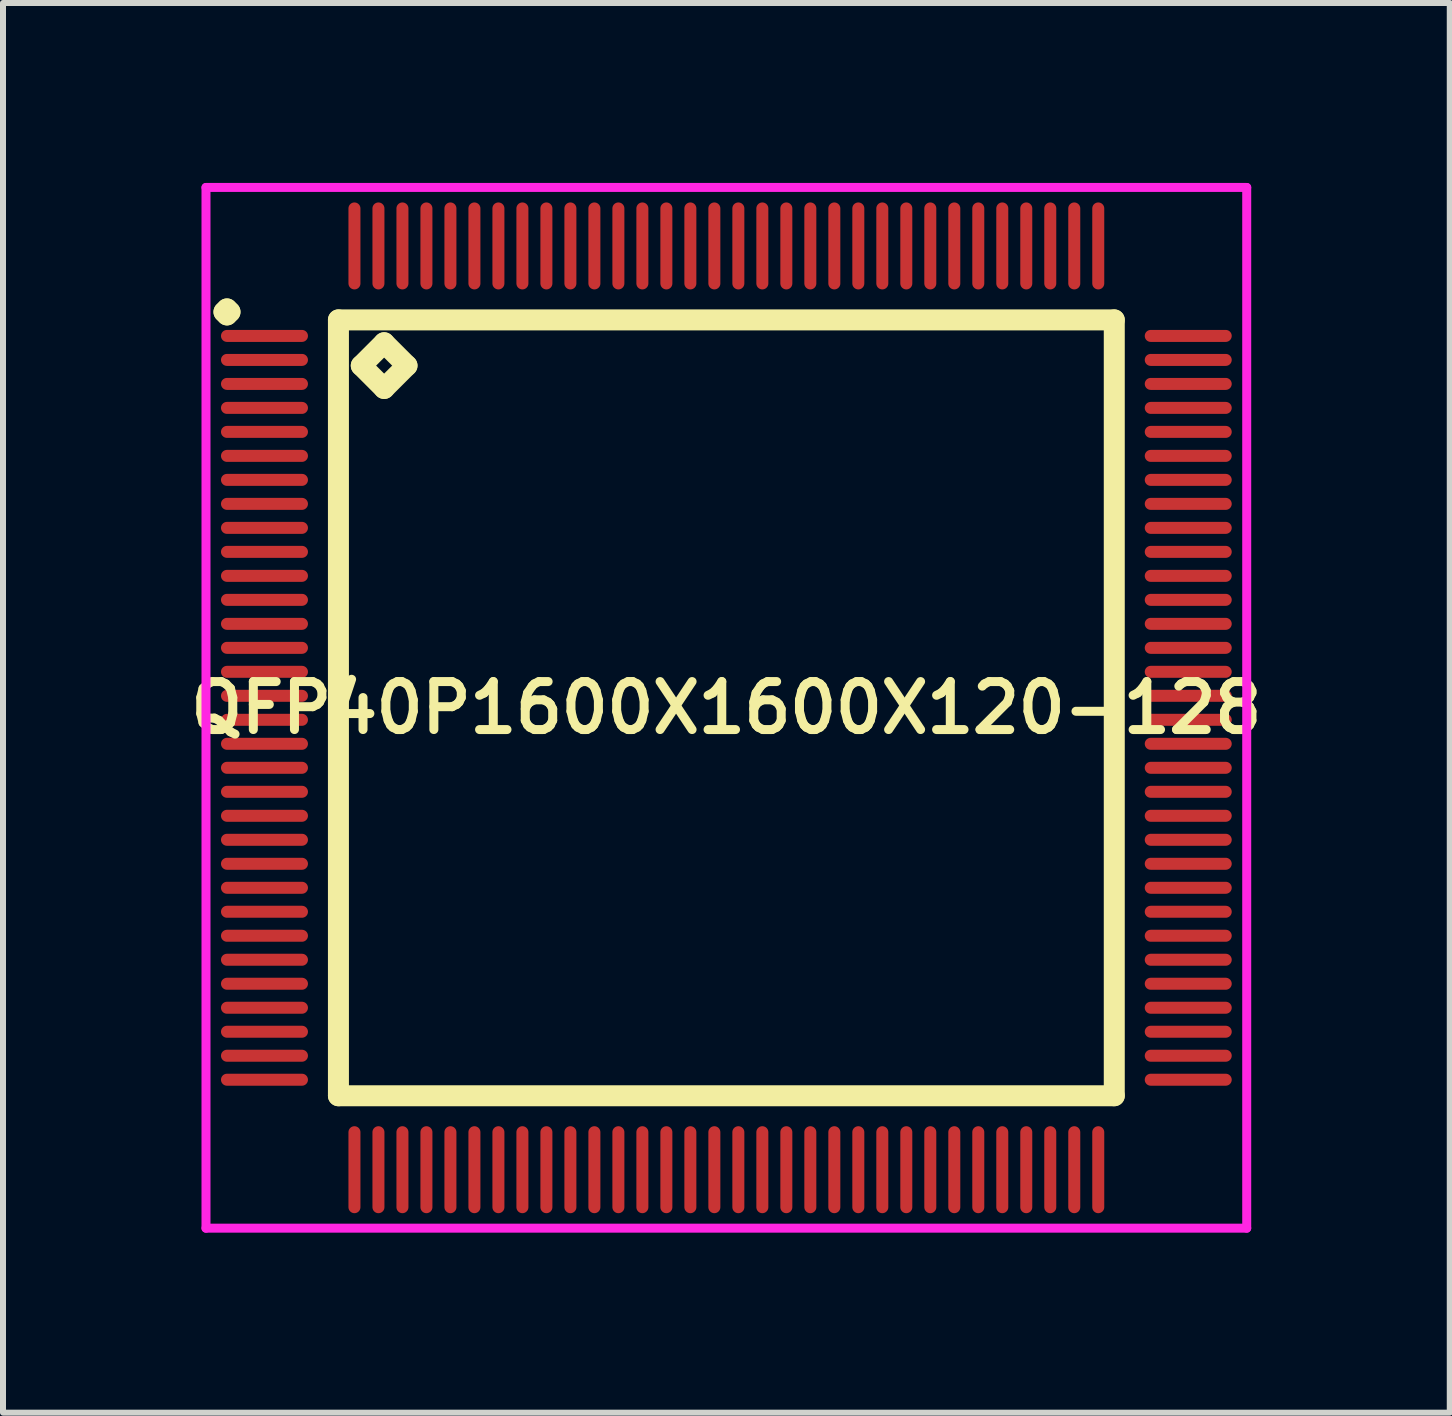
<source format=kicad_pcb>
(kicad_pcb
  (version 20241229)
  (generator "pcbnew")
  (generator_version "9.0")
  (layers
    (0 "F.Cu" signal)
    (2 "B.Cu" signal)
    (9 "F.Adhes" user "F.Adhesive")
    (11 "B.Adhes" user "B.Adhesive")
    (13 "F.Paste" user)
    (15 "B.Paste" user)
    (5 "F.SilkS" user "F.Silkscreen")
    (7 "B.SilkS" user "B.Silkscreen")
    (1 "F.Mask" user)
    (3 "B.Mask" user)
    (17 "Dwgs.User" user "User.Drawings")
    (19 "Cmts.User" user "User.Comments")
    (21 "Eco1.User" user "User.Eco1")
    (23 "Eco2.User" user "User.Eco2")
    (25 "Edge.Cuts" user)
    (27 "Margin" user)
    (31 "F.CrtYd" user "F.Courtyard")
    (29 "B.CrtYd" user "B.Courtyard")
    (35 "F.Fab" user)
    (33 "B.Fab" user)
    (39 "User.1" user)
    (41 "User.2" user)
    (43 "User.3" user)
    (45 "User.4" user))
  (footprint "QFP40P1600X1600X120-128"
    (layer "F.Cu")
    (at 9.059 8.75)
    (property "Reference" "QFP40P1600X1600X120-128" (at 0 0 0) (layer "F.SilkS") (effects (font (size 0.8 0.8) (thickness 0.15))))
    (attr smd)
    (fp_line (start -8.375 -6.6) (end -8.325 -6.65) (stroke (width 0.35) (type solid)) (layer "F.SilkS"))
    (fp_line (start -8.325 -6.65) (end -8.275 -6.6) (stroke (width 0.35) (type solid)) (layer "F.SilkS"))
    (fp_line (start -8.325 -6.55) (end -8.375 -6.6) (stroke (width 0.35) (type solid)) (layer "F.SilkS"))
    (fp_line (start -8.275 -6.6) (end -8.325 -6.55) (stroke (width 0.35) (type solid)) (layer "F.SilkS"))
    (fp_line (start -6.467 -6.467) (end -6.467 6.467) (stroke (width 0.35) (type solid)) (layer "F.SilkS"))
    (fp_line (start -6.467 6.467) (end 6.467 6.467) (stroke (width 0.35) (type solid)) (layer "F.SilkS"))
    (fp_line (start -6.086 -5.705) (end -5.705 -6.086) (stroke (width 0.35) (type solid)) (layer "F.SilkS"))
    (fp_line (start -5.705 -6.086) (end -5.324 -5.705) (stroke (width 0.35) (type solid)) (layer "F.SilkS"))
    (fp_line (start -5.705 -5.324) (end -6.086 -5.705) (stroke (width 0.35) (type solid)) (layer "F.SilkS"))
    (fp_line (start -5.324 -5.705) (end -5.705 -5.324) (stroke (width 0.35) (type solid)) (layer "F.SilkS"))
    (fp_line (start 6.467 -6.467) (end -6.467 -6.467) (stroke (width 0.35) (type solid)) (layer "F.SilkS"))
    (fp_line (start 6.467 6.467) (end 6.467 -6.467) (stroke (width 0.35) (type solid)) (layer "F.SilkS"))
    (fp_line (start -8.675 -8.675) (end 8.675 -8.675) (stroke (width 0.15) (type solid)) (layer "F.CrtYd"))
    (fp_line (start -8.675 8.675) (end -8.675 -8.675) (stroke (width 0.15) (type solid)) (layer "F.CrtYd"))
    (fp_line (start 8.675 -8.675) (end 8.675 8.675) (stroke (width 0.15) (type solid)) (layer "F.CrtYd"))
    (fp_line (start 8.675 8.675) (end -8.675 8.675) (stroke (width 0.15) (type solid)) (layer "F.CrtYd"))
    (pad "1" smd oval (at -7.7 -6.2) (size 1.45 0.2) (layers "F.Cu" "F.Mask" "F.Paste"))
    (pad "2" smd oval (at -7.7 -5.8) (size 1.45 0.2) (layers "F.Cu" "F.Mask" "F.Paste"))
    (pad "3" smd oval (at -7.7 -5.4) (size 1.45 0.2) (layers "F.Cu" "F.Mask" "F.Paste"))
    (pad "4" smd oval (at -7.7 -5) (size 1.45 0.2) (layers "F.Cu" "F.Mask" "F.Paste"))
    (pad "5" smd oval (at -7.7 -4.6) (size 1.45 0.2) (layers "F.Cu" "F.Mask" "F.Paste"))
    (pad "6" smd oval (at -7.7 -4.2) (size 1.45 0.2) (layers "F.Cu" "F.Mask" "F.Paste"))
    (pad "7" smd oval (at -7.7 -3.8) (size 1.45 0.2) (layers "F.Cu" "F.Mask" "F.Paste"))
    (pad "8" smd oval (at -7.7 -3.4) (size 1.45 0.2) (layers "F.Cu" "F.Mask" "F.Paste"))
    (pad "9" smd oval (at -7.7 -3) (size 1.45 0.2) (layers "F.Cu" "F.Mask" "F.Paste"))
    (pad "10" smd oval (at -7.7 -2.6) (size 1.45 0.2) (layers "F.Cu" "F.Mask" "F.Paste"))
    (pad "11" smd oval (at -7.7 -2.2) (size 1.45 0.2) (layers "F.Cu" "F.Mask" "F.Paste"))
    (pad "12" smd oval (at -7.7 -1.8) (size 1.45 0.2) (layers "F.Cu" "F.Mask" "F.Paste"))
    (pad "13" smd oval (at -7.7 -1.4) (size 1.45 0.2) (layers "F.Cu" "F.Mask" "F.Paste"))
    (pad "14" smd oval (at -7.7 -1) (size 1.45 0.2) (layers "F.Cu" "F.Mask" "F.Paste"))
    (pad "15" smd oval (at -7.7 -0.6) (size 1.45 0.2) (layers "F.Cu" "F.Mask" "F.Paste"))
    (pad "16" smd oval (at -7.7 -0.2) (size 1.45 0.2) (layers "F.Cu" "F.Mask" "F.Paste"))
    (pad "17" smd oval (at -7.7 0.2) (size 1.45 0.2) (layers "F.Cu" "F.Mask" "F.Paste"))
    (pad "18" smd oval (at -7.7 0.6) (size 1.45 0.2) (layers "F.Cu" "F.Mask" "F.Paste"))
    (pad "19" smd oval (at -7.7 1) (size 1.45 0.2) (layers "F.Cu" "F.Mask" "F.Paste"))
    (pad "20" smd oval (at -7.7 1.4) (size 1.45 0.2) (layers "F.Cu" "F.Mask" "F.Paste"))
    (pad "21" smd oval (at -7.7 1.8) (size 1.45 0.2) (layers "F.Cu" "F.Mask" "F.Paste"))
    (pad "22" smd oval (at -7.7 2.2) (size 1.45 0.2) (layers "F.Cu" "F.Mask" "F.Paste"))
    (pad "23" smd oval (at -7.7 2.6) (size 1.45 0.2) (layers "F.Cu" "F.Mask" "F.Paste"))
    (pad "24" smd oval (at -7.7 3) (size 1.45 0.2) (layers "F.Cu" "F.Mask" "F.Paste"))
    (pad "25" smd oval (at -7.7 3.4) (size 1.45 0.2) (layers "F.Cu" "F.Mask" "F.Paste"))
    (pad "26" smd oval (at -7.7 3.8) (size 1.45 0.2) (layers "F.Cu" "F.Mask" "F.Paste"))
    (pad "27" smd oval (at -7.7 4.2) (size 1.45 0.2) (layers "F.Cu" "F.Mask" "F.Paste"))
    (pad "28" smd oval (at -7.7 4.6) (size 1.45 0.2) (layers "F.Cu" "F.Mask" "F.Paste"))
    (pad "29" smd oval (at -7.7 5) (size 1.45 0.2) (layers "F.Cu" "F.Mask" "F.Paste"))
    (pad "30" smd oval (at -7.7 5.4) (size 1.45 0.2) (layers "F.Cu" "F.Mask" "F.Paste"))
    (pad "31" smd oval (at -7.7 5.8) (size 1.45 0.2) (layers "F.Cu" "F.Mask" "F.Paste"))
    (pad "32" smd oval (at -7.7 6.2) (size 1.45 0.2) (layers "F.Cu" "F.Mask" "F.Paste"))
    (pad "33" smd oval (at -6.2 7.7) (size 0.2 1.45) (layers "F.Cu" "F.Mask" "F.Paste"))
    (pad "34" smd oval (at -5.8 7.7) (size 0.2 1.45) (layers "F.Cu" "F.Mask" "F.Paste"))
    (pad "35" smd oval (at -5.4 7.7) (size 0.2 1.45) (layers "F.Cu" "F.Mask" "F.Paste"))
    (pad "36" smd oval (at -5 7.7) (size 0.2 1.45) (layers "F.Cu" "F.Mask" "F.Paste"))
    (pad "37" smd oval (at -4.6 7.7) (size 0.2 1.45) (layers "F.Cu" "F.Mask" "F.Paste"))
    (pad "38" smd oval (at -4.2 7.7) (size 0.2 1.45) (layers "F.Cu" "F.Mask" "F.Paste"))
    (pad "39" smd oval (at -3.8 7.7) (size 0.2 1.45) (layers "F.Cu" "F.Mask" "F.Paste"))
    (pad "40" smd oval (at -3.4 7.7) (size 0.2 1.45) (layers "F.Cu" "F.Mask" "F.Paste"))
    (pad "41" smd oval (at -3 7.7) (size 0.2 1.45) (layers "F.Cu" "F.Mask" "F.Paste"))
    (pad "42" smd oval (at -2.6 7.7) (size 0.2 1.45) (layers "F.Cu" "F.Mask" "F.Paste"))
    (pad "43" smd oval (at -2.2 7.7) (size 0.2 1.45) (layers "F.Cu" "F.Mask" "F.Paste"))
    (pad "44" smd oval (at -1.8 7.7) (size 0.2 1.45) (layers "F.Cu" "F.Mask" "F.Paste"))
    (pad "45" smd oval (at -1.4 7.7) (size 0.2 1.45) (layers "F.Cu" "F.Mask" "F.Paste"))
    (pad "46" smd oval (at -1 7.7) (size 0.2 1.45) (layers "F.Cu" "F.Mask" "F.Paste"))
    (pad "47" smd oval (at -0.6 7.7) (size 0.2 1.45) (layers "F.Cu" "F.Mask" "F.Paste"))
    (pad "48" smd oval (at -0.2 7.7) (size 0.2 1.45) (layers "F.Cu" "F.Mask" "F.Paste"))
    (pad "49" smd oval (at 0.2 7.7) (size 0.2 1.45) (layers "F.Cu" "F.Mask" "F.Paste"))
    (pad "50" smd oval (at 0.6 7.7) (size 0.2 1.45) (layers "F.Cu" "F.Mask" "F.Paste"))
    (pad "51" smd oval (at 1 7.7) (size 0.2 1.45) (layers "F.Cu" "F.Mask" "F.Paste"))
    (pad "52" smd oval (at 1.4 7.7) (size 0.2 1.45) (layers "F.Cu" "F.Mask" "F.Paste"))
    (pad "53" smd oval (at 1.8 7.7) (size 0.2 1.45) (layers "F.Cu" "F.Mask" "F.Paste"))
    (pad "54" smd oval (at 2.2 7.7) (size 0.2 1.45) (layers "F.Cu" "F.Mask" "F.Paste"))
    (pad "55" smd oval (at 2.6 7.7) (size 0.2 1.45) (layers "F.Cu" "F.Mask" "F.Paste"))
    (pad "56" smd oval (at 3 7.7) (size 0.2 1.45) (layers "F.Cu" "F.Mask" "F.Paste"))
    (pad "57" smd oval (at 3.4 7.7) (size 0.2 1.45) (layers "F.Cu" "F.Mask" "F.Paste"))
    (pad "58" smd oval (at 3.8 7.7) (size 0.2 1.45) (layers "F.Cu" "F.Mask" "F.Paste"))
    (pad "59" smd oval (at 4.2 7.7) (size 0.2 1.45) (layers "F.Cu" "F.Mask" "F.Paste"))
    (pad "60" smd oval (at 4.6 7.7) (size 0.2 1.45) (layers "F.Cu" "F.Mask" "F.Paste"))
    (pad "61" smd oval (at 5 7.7) (size 0.2 1.45) (layers "F.Cu" "F.Mask" "F.Paste"))
    (pad "62" smd oval (at 5.4 7.7) (size 0.2 1.45) (layers "F.Cu" "F.Mask" "F.Paste"))
    (pad "63" smd oval (at 5.8 7.7) (size 0.2 1.45) (layers "F.Cu" "F.Mask" "F.Paste"))
    (pad "64" smd oval (at 6.2 7.7) (size 0.2 1.45) (layers "F.Cu" "F.Mask" "F.Paste"))
    (pad "65" smd oval (at 7.7 6.2) (size 1.45 0.2) (layers "F.Cu" "F.Mask" "F.Paste"))
    (pad "66" smd oval (at 7.7 5.8) (size 1.45 0.2) (layers "F.Cu" "F.Mask" "F.Paste"))
    (pad "67" smd oval (at 7.7 5.4) (size 1.45 0.2) (layers "F.Cu" "F.Mask" "F.Paste"))
    (pad "68" smd oval (at 7.7 5) (size 1.45 0.2) (layers "F.Cu" "F.Mask" "F.Paste"))
    (pad "69" smd oval (at 7.7 4.6) (size 1.45 0.2) (layers "F.Cu" "F.Mask" "F.Paste"))
    (pad "70" smd oval (at 7.7 4.2) (size 1.45 0.2) (layers "F.Cu" "F.Mask" "F.Paste"))
    (pad "71" smd oval (at 7.7 3.8) (size 1.45 0.2) (layers "F.Cu" "F.Mask" "F.Paste"))
    (pad "72" smd oval (at 7.7 3.4) (size 1.45 0.2) (layers "F.Cu" "F.Mask" "F.Paste"))
    (pad "73" smd oval (at 7.7 3) (size 1.45 0.2) (layers "F.Cu" "F.Mask" "F.Paste"))
    (pad "74" smd oval (at 7.7 2.6) (size 1.45 0.2) (layers "F.Cu" "F.Mask" "F.Paste"))
    (pad "75" smd oval (at 7.7 2.2) (size 1.45 0.2) (layers "F.Cu" "F.Mask" "F.Paste"))
    (pad "76" smd oval (at 7.7 1.8) (size 1.45 0.2) (layers "F.Cu" "F.Mask" "F.Paste"))
    (pad "77" smd oval (at 7.7 1.4) (size 1.45 0.2) (layers "F.Cu" "F.Mask" "F.Paste"))
    (pad "78" smd oval (at 7.7 1) (size 1.45 0.2) (layers "F.Cu" "F.Mask" "F.Paste"))
    (pad "79" smd oval (at 7.7 0.6) (size 1.45 0.2) (layers "F.Cu" "F.Mask" "F.Paste"))
    (pad "80" smd oval (at 7.7 0.2) (size 1.45 0.2) (layers "F.Cu" "F.Mask" "F.Paste"))
    (pad "81" smd oval (at 7.7 -0.2) (size 1.45 0.2) (layers "F.Cu" "F.Mask" "F.Paste"))
    (pad "82" smd oval (at 7.7 -0.6) (size 1.45 0.2) (layers "F.Cu" "F.Mask" "F.Paste"))
    (pad "83" smd oval (at 7.7 -1) (size 1.45 0.2) (layers "F.Cu" "F.Mask" "F.Paste"))
    (pad "84" smd oval (at 7.7 -1.4) (size 1.45 0.2) (layers "F.Cu" "F.Mask" "F.Paste"))
    (pad "85" smd oval (at 7.7 -1.8) (size 1.45 0.2) (layers "F.Cu" "F.Mask" "F.Paste"))
    (pad "86" smd oval (at 7.7 -2.2) (size 1.45 0.2) (layers "F.Cu" "F.Mask" "F.Paste"))
    (pad "87" smd oval (at 7.7 -2.6) (size 1.45 0.2) (layers "F.Cu" "F.Mask" "F.Paste"))
    (pad "88" smd oval (at 7.7 -3) (size 1.45 0.2) (layers "F.Cu" "F.Mask" "F.Paste"))
    (pad "89" smd oval (at 7.7 -3.4) (size 1.45 0.2) (layers "F.Cu" "F.Mask" "F.Paste"))
    (pad "90" smd oval (at 7.7 -3.8) (size 1.45 0.2) (layers "F.Cu" "F.Mask" "F.Paste"))
    (pad "91" smd oval (at 7.7 -4.2) (size 1.45 0.2) (layers "F.Cu" "F.Mask" "F.Paste"))
    (pad "92" smd oval (at 7.7 -4.6) (size 1.45 0.2) (layers "F.Cu" "F.Mask" "F.Paste"))
    (pad "93" smd oval (at 7.7 -5) (size 1.45 0.2) (layers "F.Cu" "F.Mask" "F.Paste"))
    (pad "94" smd oval (at 7.7 -5.4) (size 1.45 0.2) (layers "F.Cu" "F.Mask" "F.Paste"))
    (pad "95" smd oval (at 7.7 -5.8) (size 1.45 0.2) (layers "F.Cu" "F.Mask" "F.Paste"))
    (pad "96" smd oval (at 7.7 -6.2) (size 1.45 0.2) (layers "F.Cu" "F.Mask" "F.Paste"))
    (pad "97" smd oval (at 6.2 -7.7) (size 0.2 1.45) (layers "F.Cu" "F.Mask" "F.Paste"))
    (pad "98" smd oval (at 5.8 -7.7) (size 0.2 1.45) (layers "F.Cu" "F.Mask" "F.Paste"))
    (pad "99" smd oval (at 5.4 -7.7) (size 0.2 1.45) (layers "F.Cu" "F.Mask" "F.Paste"))
    (pad "100" smd oval (at 5 -7.7) (size 0.2 1.45) (layers "F.Cu" "F.Mask" "F.Paste"))
    (pad "101" smd oval (at 4.6 -7.7) (size 0.2 1.45) (layers "F.Cu" "F.Mask" "F.Paste"))
    (pad "102" smd oval (at 4.2 -7.7) (size 0.2 1.45) (layers "F.Cu" "F.Mask" "F.Paste"))
    (pad "103" smd oval (at 3.8 -7.7) (size 0.2 1.45) (layers "F.Cu" "F.Mask" "F.Paste"))
    (pad "104" smd oval (at 3.4 -7.7) (size 0.2 1.45) (layers "F.Cu" "F.Mask" "F.Paste"))
    (pad "105" smd oval (at 3 -7.7) (size 0.2 1.45) (layers "F.Cu" "F.Mask" "F.Paste"))
    (pad "106" smd oval (at 2.6 -7.7) (size 0.2 1.45) (layers "F.Cu" "F.Mask" "F.Paste"))
    (pad "107" smd oval (at 2.2 -7.7) (size 0.2 1.45) (layers "F.Cu" "F.Mask" "F.Paste"))
    (pad "108" smd oval (at 1.8 -7.7) (size 0.2 1.45) (layers "F.Cu" "F.Mask" "F.Paste"))
    (pad "109" smd oval (at 1.4 -7.7) (size 0.2 1.45) (layers "F.Cu" "F.Mask" "F.Paste"))
    (pad "110" smd oval (at 1 -7.7) (size 0.2 1.45) (layers "F.Cu" "F.Mask" "F.Paste"))
    (pad "111" smd oval (at 0.6 -7.7) (size 0.2 1.45) (layers "F.Cu" "F.Mask" "F.Paste"))
    (pad "112" smd oval (at 0.2 -7.7) (size 0.2 1.45) (layers "F.Cu" "F.Mask" "F.Paste"))
    (pad "113" smd oval (at -0.2 -7.7) (size 0.2 1.45) (layers "F.Cu" "F.Mask" "F.Paste"))
    (pad "114" smd oval (at -0.6 -7.7) (size 0.2 1.45) (layers "F.Cu" "F.Mask" "F.Paste"))
    (pad "115" smd oval (at -1 -7.7) (size 0.2 1.45) (layers "F.Cu" "F.Mask" "F.Paste"))
    (pad "116" smd oval (at -1.4 -7.7) (size 0.2 1.45) (layers "F.Cu" "F.Mask" "F.Paste"))
    (pad "117" smd oval (at -1.8 -7.7) (size 0.2 1.45) (layers "F.Cu" "F.Mask" "F.Paste"))
    (pad "118" smd oval (at -2.2 -7.7) (size 0.2 1.45) (layers "F.Cu" "F.Mask" "F.Paste"))
    (pad "119" smd oval (at -2.6 -7.7) (size 0.2 1.45) (layers "F.Cu" "F.Mask" "F.Paste"))
    (pad "120" smd oval (at -3 -7.7) (size 0.2 1.45) (layers "F.Cu" "F.Mask" "F.Paste"))
    (pad "121" smd oval (at -3.4 -7.7) (size 0.2 1.45) (layers "F.Cu" "F.Mask" "F.Paste"))
    (pad "122" smd oval (at -3.8 -7.7) (size 0.2 1.45) (layers "F.Cu" "F.Mask" "F.Paste"))
    (pad "123" smd oval (at -4.2 -7.7) (size 0.2 1.45) (layers "F.Cu" "F.Mask" "F.Paste"))
    (pad "124" smd oval (at -4.6 -7.7) (size 0.2 1.45) (layers "F.Cu" "F.Mask" "F.Paste"))
    (pad "125" smd oval (at -5 -7.7) (size 0.2 1.45) (layers "F.Cu" "F.Mask" "F.Paste"))
    (pad "126" smd oval (at -5.4 -7.7) (size 0.2 1.45) (layers "F.Cu" "F.Mask" "F.Paste"))
    (pad "127" smd oval (at -5.8 -7.7) (size 0.2 1.45) (layers "F.Cu" "F.Mask" "F.Paste"))
    (pad "128" smd oval (at -6.2 -7.7) (size 0.2 1.45) (layers "F.Cu" "F.Mask" "F.Paste")))
  (gr_rect
    (start -3 -3)
    (end 21.119 20.5)
    (stroke (width 0.1) (type default))
    (fill no)
    (layer "Edge.Cuts")))
</source>
